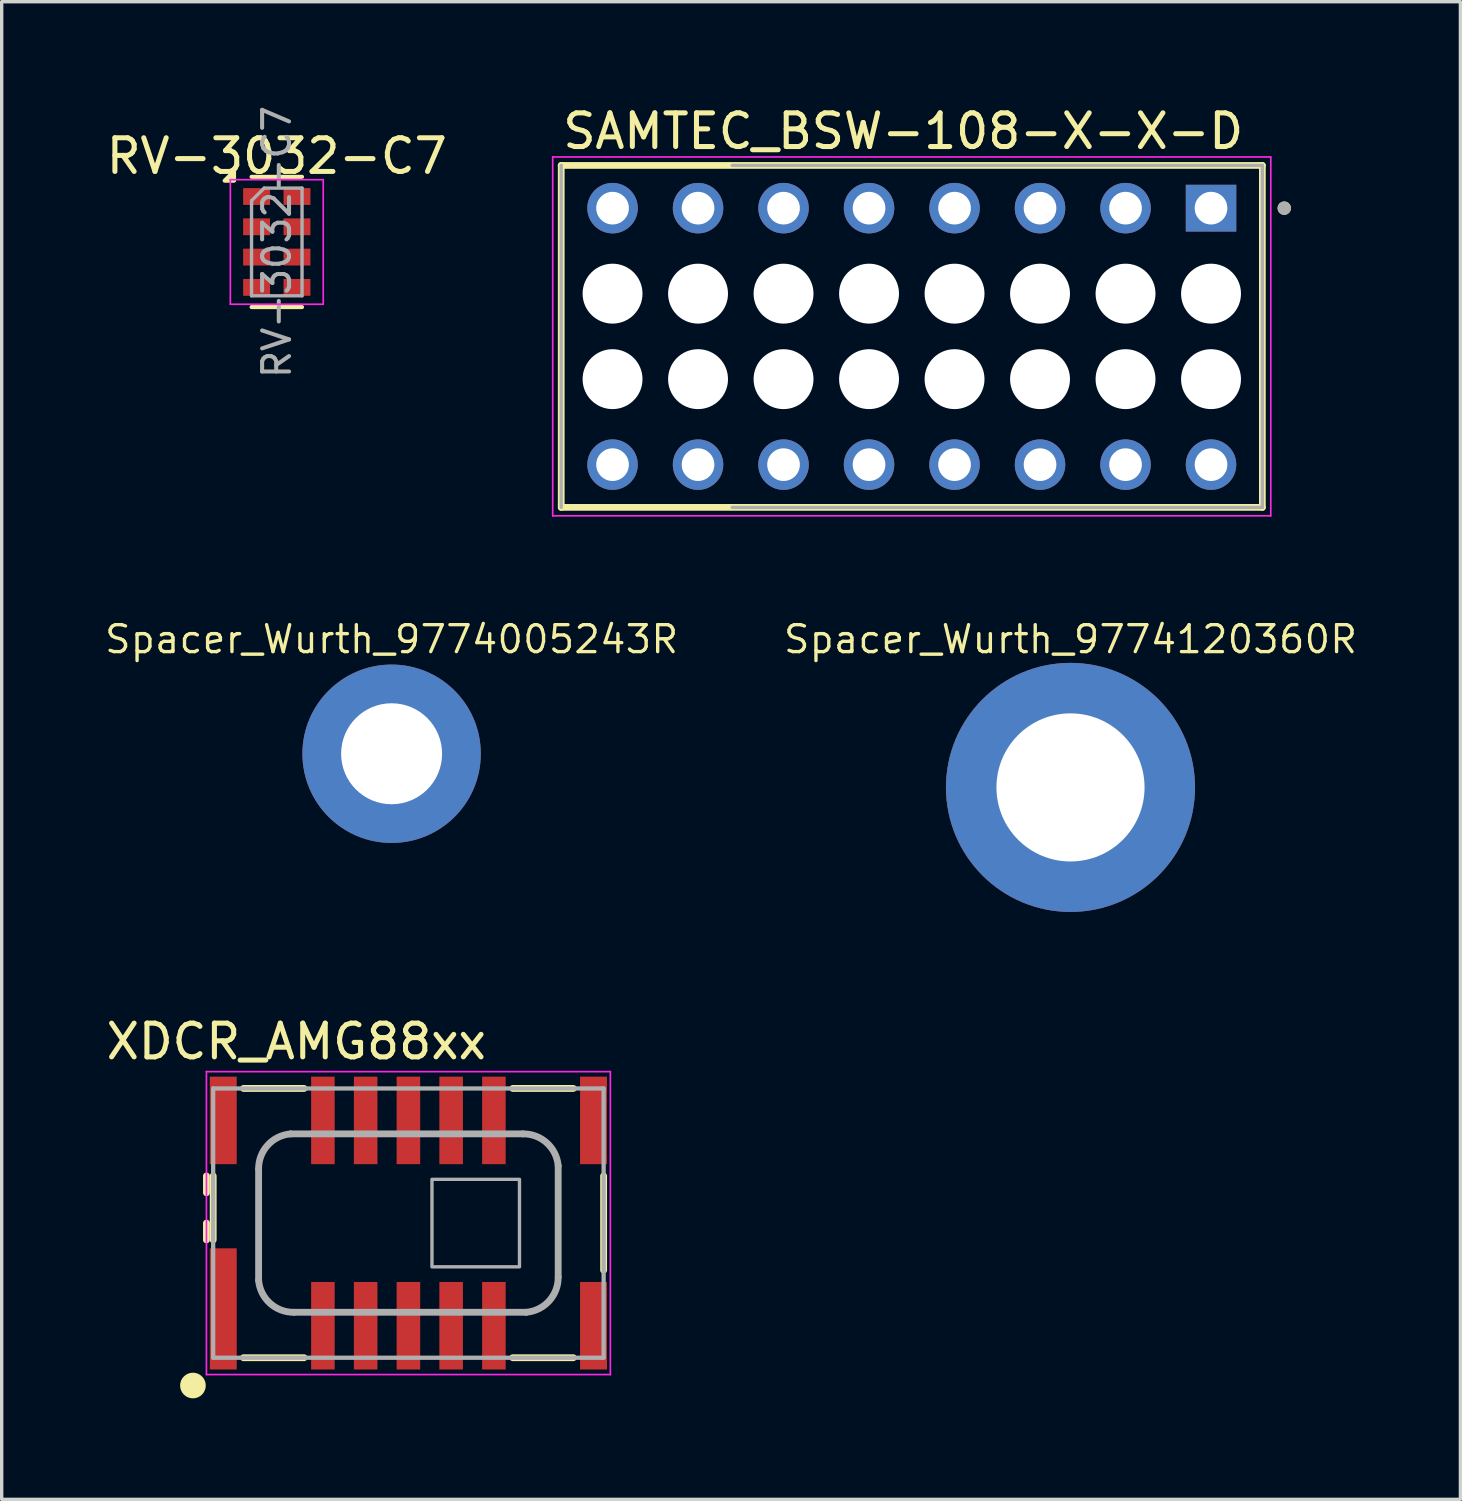
<source format=kicad_pcb>
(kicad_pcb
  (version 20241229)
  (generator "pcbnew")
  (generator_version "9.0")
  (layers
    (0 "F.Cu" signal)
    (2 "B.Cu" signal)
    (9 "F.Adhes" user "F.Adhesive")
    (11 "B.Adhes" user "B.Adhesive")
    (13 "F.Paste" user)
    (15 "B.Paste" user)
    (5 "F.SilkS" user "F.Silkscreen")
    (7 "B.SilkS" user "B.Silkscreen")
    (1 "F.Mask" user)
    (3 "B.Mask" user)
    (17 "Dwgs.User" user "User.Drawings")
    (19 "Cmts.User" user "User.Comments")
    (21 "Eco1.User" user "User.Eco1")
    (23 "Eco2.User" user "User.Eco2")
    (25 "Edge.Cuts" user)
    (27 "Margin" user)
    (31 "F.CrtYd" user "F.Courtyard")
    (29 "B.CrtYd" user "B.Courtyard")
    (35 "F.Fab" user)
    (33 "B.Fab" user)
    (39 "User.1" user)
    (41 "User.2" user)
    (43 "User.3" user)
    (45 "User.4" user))
  (footprint "XDCR_AMG88xx"
    (layer "F.Cu")
    (at 9.083 33.286)
    (property "Reference" "XDCR_AMG88xx" (at -3.33 -5.394 0) (layer "F.SilkS") (effects (font (size 1.002 1.002) (thickness 0.15))))
    (attr smd)
    (fp_line (start -6 -1.4) (end -6 -0.9) (stroke (width 0.203) (type solid)) (layer "F.SilkS"))
    (fp_line (start -6 0) (end -6 0.5) (stroke (width 0.203) (type solid)) (layer "F.SilkS"))
    (fp_line (start -5.8 -1.4) (end -5.8 0.5) (stroke (width 0.203) (type solid)) (layer "F.SilkS"))
    (fp_line (start -3.1 -4) (end -4.9 -4) (stroke (width 0.203) (type solid)) (layer "F.SilkS"))
    (fp_line (start -3.1 4) (end -4.9 4) (stroke (width 0.203) (type solid)) (layer "F.SilkS"))
    (fp_line (start 4.9 -4) (end 3.1 -4) (stroke (width 0.203) (type solid)) (layer "F.SilkS"))
    (fp_line (start 4.9 4) (end 3.1 4) (stroke (width 0.203) (type solid)) (layer "F.SilkS"))
    (fp_line (start 5.8 -1.4) (end 5.8 1.4) (stroke (width 0.203) (type solid)) (layer "F.SilkS"))
    (fp_circle (center -6.401 4.826) (end -6.147 4.826) (stroke (width 0.254) (type solid)) (fill yes) (layer "F.SilkS"))
    (fp_line (start -6 -4.5) (end -6 4.5) (stroke (width 0.05) (type solid)) (layer "F.CrtYd"))
    (fp_line (start -6 4.5) (end 6 4.5) (stroke (width 0.05) (type solid)) (layer "F.CrtYd"))
    (fp_line (start 6 -4.5) (end -6 -4.5) (stroke (width 0.05) (type solid)) (layer "F.CrtYd"))
    (fp_line (start 6 4.5) (end 6 -4.5) (stroke (width 0.05) (type solid)) (layer "F.CrtYd"))
    (fp_line (start -5.8 -4) (end -5.8 4) (stroke (width 0.127) (type solid)) (layer "F.Fab"))
    (fp_line (start -5.8 4) (end 5.8 4) (stroke (width 0.127) (type solid)) (layer "F.Fab"))
    (fp_line (start -4.45 1.7) (end -4.45 -1.6) (stroke (width 0.203) (type solid)) (layer "F.Fab"))
    (fp_line (start -3.5 -2.65) (end 3.4 -2.65) (stroke (width 0.203) (type solid)) (layer "F.Fab"))
    (fp_line (start 3.5 2.65) (end -3.4 2.65) (stroke (width 0.203) (type solid)) (layer "F.Fab"))
    (fp_line (start 4.45 -1.7) (end 4.45 1.6) (stroke (width 0.203) (type solid)) (layer "F.Fab"))
    (fp_line (start 5.8 -4) (end -5.8 -4) (stroke (width 0.127) (type solid)) (layer "F.Fab"))
    (fp_line (start 5.8 4) (end 5.8 -4) (stroke (width 0.127) (type solid)) (layer "F.Fab"))
    (fp_rect (start 0.7 -1.3) (end 3.3 1.3) (stroke (width 0.1) (type solid)) (fill no) (layer "F.Fab"))
    (fp_arc (start -4.45 -1.6) (mid -4.182112 -2.312388) (end -3.499998 -2.65) (stroke (width 0.2032) (type solid)) (layer "F.Fab"))
    (fp_arc (start -3.4 2.65) (mid -4.112388 2.382112) (end -4.45 1.699998) (stroke (width 0.2032) (type solid)) (layer "F.Fab"))
    (fp_arc (start 3.4 -2.65) (mid 4.11239 -2.382113) (end 4.45 -1.699998) (stroke (width 0.2032) (type solid)) (layer "F.Fab"))
    (fp_arc (start 4.45 1.6) (mid 4.182113 2.31239) (end 3.499998 2.65) (stroke (width 0.2032) (type solid)) (layer "F.Fab"))
    (pad "1" smd rect (at -5.5 2.55) (size 0.8 3.6) (layers "F.Cu" "F.Mask" "F.Paste"))
    (pad "2" smd rect (at -2.54 3.05) (size 0.7 2.6) (layers "F.Cu" "F.Mask" "F.Paste"))
    (pad "3" smd rect (at -1.27 3.05) (size 0.7 2.6) (layers "F.Cu" "F.Mask" "F.Paste"))
    (pad "4" smd rect (at 0 3.05) (size 0.7 2.6) (layers "F.Cu" "F.Mask" "F.Paste"))
    (pad "5" smd rect (at 1.27 3.05) (size 0.7 2.6) (layers "F.Cu" "F.Mask" "F.Paste"))
    (pad "6" smd rect (at 2.54 3.05) (size 0.7 2.6) (layers "F.Cu" "F.Mask" "F.Paste"))
    (pad "7" smd rect (at 5.5 3.05) (size 0.8 2.6) (layers "F.Cu" "F.Mask" "F.Paste"))
    (pad "8" smd rect (at 5.5 -3.05) (size 0.8 2.6) (layers "F.Cu" "F.Mask" "F.Paste"))
    (pad "9" smd rect (at 2.54 -3.05) (size 0.7 2.6) (layers "F.Cu" "F.Mask" "F.Paste"))
    (pad "10" smd rect (at 1.27 -3.05) (size 0.7 2.6) (layers "F.Cu" "F.Mask" "F.Paste"))
    (pad "11" smd rect (at 0 -3.05) (size 0.7 2.6) (layers "F.Cu" "F.Mask" "F.Paste"))
    (pad "12" smd rect (at -1.27 -3.05) (size 0.7 2.6) (layers "F.Cu" "F.Mask" "F.Paste"))
    (pad "13" smd rect (at -2.54 -3.05) (size 0.7 2.6) (layers "F.Cu" "F.Mask" "F.Paste"))
    (pad "14" smd rect (at -5.5 -3.05) (size 0.8 2.6) (layers "F.Cu" "F.Mask" "F.Paste")))
  (footprint "SAMTEC_BSW-108-X-X-D"
    (layer "F.Cu")
    (at 24.038 6.944)
    (property "Reference" "SAMTEC_BSW-108-X-X-D" (at -0.254 -6.096 0) (layer "F.SilkS") (effects (font (size 1 1) (thickness 0.15))))
    (attr through_hole)
    (fp_line (start -10.415 -5.08) (end 10.415 -5.08) (stroke (width 0.2) (type solid)) (layer "F.SilkS"))
    (fp_line (start -10.415 5.08) (end -10.415 -5.08) (stroke (width 0.2) (type solid)) (layer "F.SilkS"))
    (fp_line (start 10.415 -5.08) (end 10.415 5.08) (stroke (width 0.2) (type solid)) (layer "F.SilkS"))
    (fp_line (start 10.415 5.08) (end -10.415 5.08) (stroke (width 0.2) (type solid)) (layer "F.SilkS"))
    (fp_circle (center 11.065 -3.81) (end 11.165 -3.81) (stroke (width 0.2) (type solid)) (fill no) (layer "F.SilkS"))
    (fp_line (start -10.668 -5.33) (end 10.665 -5.33) (stroke (width 0.05) (type solid)) (layer "F.CrtYd"))
    (fp_line (start -10.668 5.33) (end -10.668 -5.33) (stroke (width 0.05) (type solid)) (layer "F.CrtYd"))
    (fp_line (start 10.665 -5.33) (end 10.665 5.33) (stroke (width 0.05) (type solid)) (layer "F.CrtYd"))
    (fp_line (start 10.665 5.33) (end -10.668 5.33) (stroke (width 0.05) (type solid)) (layer "F.CrtYd"))
    (fp_line (start -10.415 -5.08) (end -10.415 5.08) (stroke (width 0.1) (type solid)) (layer "F.Fab"))
    (fp_line (start -5.335 5.08) (end 10.415 5.08) (stroke (width 0.1) (type solid)) (layer "F.Fab"))
    (fp_line (start 10.415 -5.08) (end -5.335 -5.08) (stroke (width 0.1) (type solid)) (layer "F.Fab"))
    (fp_line (start 10.415 5.08) (end 10.415 -5.08) (stroke (width 0.1) (type solid)) (layer "F.Fab"))
    (fp_circle (center 11.065 -3.81) (end 11.165 -3.81) (stroke (width 0.2) (type solid)) (fill no) (layer "F.Fab"))
    (pad "" np_thru_hole circle (at -8.89 -1.27) (size 1.78 1.78) (drill 1.78) (layers "*.Cu" "*.Mask"))
    (pad "" np_thru_hole circle (at -8.89 1.27) (size 1.78 1.78) (drill 1.78) (layers "*.Cu" "*.Mask"))
    (pad "" np_thru_hole circle (at -6.35 -1.27) (size 1.78 1.78) (drill 1.78) (layers "*.Cu" "*.Mask"))
    (pad "" np_thru_hole circle (at -6.35 1.27) (size 1.78 1.78) (drill 1.78) (layers "*.Cu" "*.Mask"))
    (pad "" np_thru_hole circle (at -3.81 -1.27) (size 1.78 1.78) (drill 1.78) (layers "*.Cu" "*.Mask"))
    (pad "" np_thru_hole circle (at -3.81 1.27) (size 1.78 1.78) (drill 1.78) (layers "*.Cu" "*.Mask"))
    (pad "" np_thru_hole circle (at -1.27 -1.27) (size 1.78 1.78) (drill 1.78) (layers "*.Cu" "*.Mask"))
    (pad "" np_thru_hole circle (at -1.27 1.27) (size 1.78 1.78) (drill 1.78) (layers "*.Cu" "*.Mask"))
    (pad "" np_thru_hole circle (at 1.27 -1.27) (size 1.78 1.78) (drill 1.78) (layers "*.Cu" "*.Mask"))
    (pad "" np_thru_hole circle (at 1.27 1.27) (size 1.78 1.78) (drill 1.78) (layers "*.Cu" "*.Mask"))
    (pad "" np_thru_hole circle (at 3.81 -1.27) (size 1.78 1.78) (drill 1.78) (layers "*.Cu" "*.Mask"))
    (pad "" np_thru_hole circle (at 3.81 1.27) (size 1.78 1.78) (drill 1.78) (layers "*.Cu" "*.Mask"))
    (pad "" np_thru_hole circle (at 6.35 -1.27) (size 1.78 1.78) (drill 1.78) (layers "*.Cu" "*.Mask"))
    (pad "" np_thru_hole circle (at 6.35 1.27) (size 1.78 1.78) (drill 1.78) (layers "*.Cu" "*.Mask"))
    (pad "" np_thru_hole circle (at 8.89 -1.27) (size 1.78 1.78) (drill 1.78) (layers "*.Cu" "*.Mask"))
    (pad "" np_thru_hole circle (at 8.89 1.27) (size 1.78 1.78) (drill 1.78) (layers "*.Cu" "*.Mask"))
    (pad "1" thru_hole rect (at 8.89 -3.81) (size 1.5 1.39) (drill 0.97) (layers "*.Cu" "*.Mask"))
    (pad "2" thru_hole circle (at 8.89 3.81) (size 1.5 1.5) (drill 0.97) (layers "*.Cu" "*.Mask"))
    (pad "3" thru_hole circle (at 6.35 -3.81) (size 1.5 1.5) (drill 0.97) (layers "*.Cu" "*.Mask"))
    (pad "4" thru_hole circle (at 6.35 3.81) (size 1.5 1.5) (drill 0.97) (layers "*.Cu" "*.Mask"))
    (pad "5" thru_hole circle (at 3.81 -3.81) (size 1.5 1.5) (drill 0.97) (layers "*.Cu" "*.Mask"))
    (pad "6" thru_hole circle (at 3.81 3.81) (size 1.5 1.5) (drill 0.97) (layers "*.Cu" "*.Mask"))
    (pad "7" thru_hole circle (at 1.27 -3.81) (size 1.5 1.5) (drill 0.97) (layers "*.Cu" "*.Mask"))
    (pad "8" thru_hole circle (at 1.27 3.81) (size 1.5 1.5) (drill 0.97) (layers "*.Cu" "*.Mask"))
    (pad "9" thru_hole circle (at -1.27 -3.81) (size 1.5 1.5) (drill 0.97) (layers "*.Cu" "*.Mask"))
    (pad "10" thru_hole circle (at -1.27 3.81) (size 1.5 1.5) (drill 0.97) (layers "*.Cu" "*.Mask"))
    (pad "11" thru_hole circle (at -3.81 -3.81) (size 1.5 1.5) (drill 0.97) (layers "*.Cu" "*.Mask"))
    (pad "12" thru_hole circle (at -3.81 3.81) (size 1.5 1.5) (drill 0.97) (layers "*.Cu" "*.Mask"))
    (pad "13" thru_hole circle (at -6.35 -3.81) (size 1.5 1.5) (drill 0.97) (layers "*.Cu" "*.Mask"))
    (pad "14" thru_hole circle (at -6.35 3.81) (size 1.5 1.5) (drill 0.97) (layers "*.Cu" "*.Mask"))
    (pad "15" thru_hole circle (at -8.89 -3.81) (size 1.5 1.5) (drill 0.97) (layers "*.Cu" "*.Mask"))
    (pad "16" thru_hole circle (at -8.89 3.81) (size 1.5 1.5) (drill 0.97) (layers "*.Cu" "*.Mask")))
  (footprint "RV-3032-C7"
    (layer "F.Cu")
    (at 5.173 4.138)
    (property "Reference" "RV-3032-C7" (at 0 -2.55 0) (layer "F.SilkS") (effects (font (size 1 1) (thickness 0.15))))
    (attr smd)
    (fp_line (start -0.75 -1.935) (end 0.75 -1.935) (stroke (width 0.12) (type solid)) (layer "F.SilkS"))
    (fp_line (start -0.75 1.935) (end 0.75 1.935) (stroke (width 0.12) (type solid)) (layer "F.SilkS"))
    (fp_poly (pts (xy -1.27 -1.82) (xy -1.55 -1.82) (xy -1.27 -2.1) (xy -1.27 -1.82)) (stroke (width 0.12) (type solid)) (fill yes) (layer "F.SilkS"))
    (fp_line (start -1.38 -1.85) (end -1.38 1.85) (stroke (width 0.05) (type solid)) (layer "F.CrtYd"))
    (fp_line (start -1.38 1.85) (end 1.38 1.85) (stroke (width 0.05) (type solid)) (layer "F.CrtYd"))
    (fp_line (start 1.38 -1.85) (end -1.38 -1.85) (stroke (width 0.05) (type solid)) (layer "F.CrtYd"))
    (fp_line (start 1.38 1.85) (end 1.38 -1.85) (stroke (width 0.05) (type solid)) (layer "F.CrtYd"))
    (fp_line (start -0.75 -1.225) (end -0.375 -1.6) (stroke (width 0.1) (type solid)) (layer "F.Fab"))
    (fp_line (start -0.75 1.6) (end -0.75 -1.225) (stroke (width 0.1) (type solid)) (layer "F.Fab"))
    (fp_line (start -0.375 -1.6) (end 0.75 -1.6) (stroke (width 0.1) (type solid)) (layer "F.Fab"))
    (fp_line (start 0.75 -1.6) (end 0.75 1.6) (stroke (width 0.1) (type solid)) (layer "F.Fab"))
    (fp_line (start 0.75 1.6) (end -0.75 1.6) (stroke (width 0.1) (type solid)) (layer "F.Fab"))
    (fp_text user "${REFERENCE}" (at 0 0 90) (layer "F.Fab") (effects (font (size 0.8 0.8) (thickness 0.12))))
    (pad "1" smd rect (at -0.6 -1.35) (size 0.8 0.5) (layers "F.Cu" "F.Mask" "F.Paste"))
    (pad "2" smd rect (at -0.6 -0.45) (size 0.8 0.5) (layers "F.Cu" "F.Mask" "F.Paste"))
    (pad "3" smd rect (at -0.6 0.45) (size 0.8 0.5) (layers "F.Cu" "F.Mask" "F.Paste"))
    (pad "4" smd rect (at -0.6 1.35) (size 0.8 0.5) (layers "F.Cu" "F.Mask" "F.Paste"))
    (pad "5" smd rect (at 0.6 1.35) (size 0.8 0.5) (layers "F.Cu" "F.Mask" "F.Paste"))
    (pad "6" smd rect (at 0.6 0.45) (size 0.8 0.5) (layers "F.Cu" "F.Mask" "F.Paste"))
    (pad "7" smd rect (at 0.6 -0.45) (size 0.8 0.5) (layers "F.Cu" "F.Mask" "F.Paste"))
    (pad "8" smd rect (at 0.6 -1.35) (size 0.8 0.5) (layers "F.Cu" "F.Mask" "F.Paste")))
  (footprint "Spacer_Wurth_9774005243R"
    (layer "F.Cu")
    (at 8.584 19.343)
    (property "Reference" "Spacer_Wurth_9774005243R" (at 0 -3.4 0) (unlocked yes) (layer "F.SilkS") (effects (font (size 0.8 0.8) (thickness 0.1))))
    (attr smd)
    (pad "" np_thru_hole circle (at 0 0) (size 5.3 5.3) (drill 3) (layers "*.Cu" "*.Mask" "F.Paste")))
  (footprint "Spacer_Wurth_9774120360R"
    (layer "F.Cu")
    (at 28.753 20.343)
    (property "Reference" "Spacer_Wurth_9774120360R" (at 0 -4.4 0) (unlocked yes) (layer "F.SilkS") (effects (font (size 0.8 0.8) (thickness 0.1))))
    (attr smd)
    (pad "1" thru_hole circle (at 0 0) (size 7.4 7.4) (drill 4.4) (layers "*.Cu" "*.Mask" "F.Paste")))
  (gr_rect
    (start -3 -3)
    (end 40.337 41.493)
    (stroke (width 0.1) (type default))
    (fill no)
    (layer "Edge.Cuts")))
</source>
